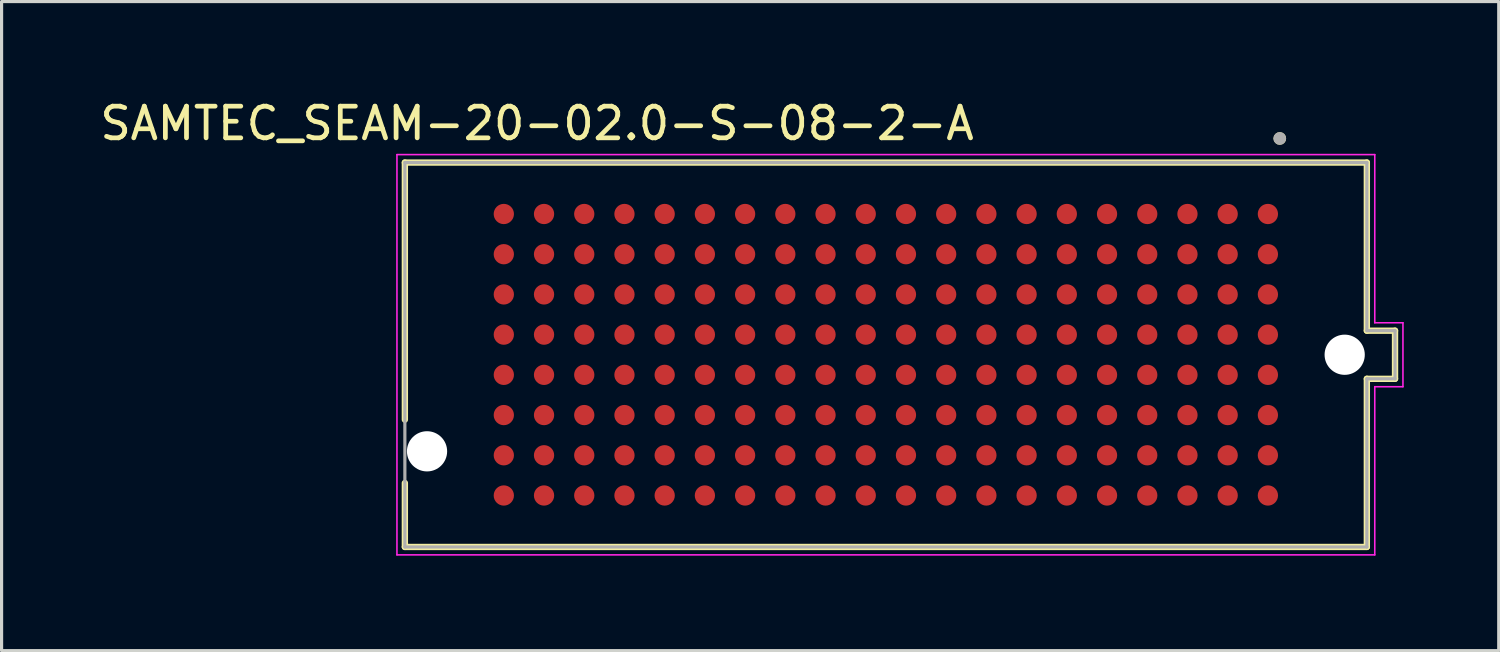
<source format=kicad_pcb>
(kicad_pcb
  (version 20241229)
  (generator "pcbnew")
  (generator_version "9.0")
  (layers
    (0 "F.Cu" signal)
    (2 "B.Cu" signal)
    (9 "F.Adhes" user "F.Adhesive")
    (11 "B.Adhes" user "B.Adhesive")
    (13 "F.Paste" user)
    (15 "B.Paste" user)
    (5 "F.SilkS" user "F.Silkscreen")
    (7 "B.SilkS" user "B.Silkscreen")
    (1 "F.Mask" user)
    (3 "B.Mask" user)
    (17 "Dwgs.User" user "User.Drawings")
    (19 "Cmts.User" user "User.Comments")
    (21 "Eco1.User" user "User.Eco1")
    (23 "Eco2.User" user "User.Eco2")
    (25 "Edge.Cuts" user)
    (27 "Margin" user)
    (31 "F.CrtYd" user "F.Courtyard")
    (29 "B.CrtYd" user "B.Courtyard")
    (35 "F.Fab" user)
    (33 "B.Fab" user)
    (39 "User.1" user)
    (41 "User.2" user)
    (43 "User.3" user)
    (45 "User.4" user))
  (footprint "SAMTEC_SEAM-20-02.0-S-08-2-A"
    (layer "F.Cu")
    (at 24.926 8.153)
    (property "Reference" "SAMTEC_SEAM-20-02.0-S-08-2-A" (at -11.015 -7.305 0) (layer "F.SilkS") (effects (font (size 1 1) (thickness 0.15))))
    (attr smd)
    (fp_line (start -15.19 -6.07) (end 15.19 -6.07) (stroke (width 0.2) (type solid)) (layer "F.SilkS"))
    (fp_line (start -15.19 2.05) (end -15.19 -6.07) (stroke (width 0.2) (type solid)) (layer "F.SilkS"))
    (fp_line (start -15.19 6.07) (end -15.19 4.05) (stroke (width 0.2) (type solid)) (layer "F.SilkS"))
    (fp_line (start 15.19 -6.07) (end 15.19 -0.76) (stroke (width 0.2) (type solid)) (layer "F.SilkS"))
    (fp_line (start 15.19 -0.76) (end 16.08 -0.76) (stroke (width 0.2) (type solid)) (layer "F.SilkS"))
    (fp_line (start 15.19 0.76) (end 15.19 6.07) (stroke (width 0.2) (type solid)) (layer "F.SilkS"))
    (fp_line (start 15.19 0.76) (end 16.08 0.76) (stroke (width 0.2) (type solid)) (layer "F.SilkS"))
    (fp_line (start 15.19 6.07) (end -15.19 6.07) (stroke (width 0.2) (type solid)) (layer "F.SilkS"))
    (fp_line (start 16.08 0.76) (end 16.08 -0.76) (stroke (width 0.2) (type solid)) (layer "F.SilkS"))
    (fp_circle (center 12.44 -6.83) (end 12.54 -6.83) (stroke (width 0.2) (type solid)) (fill no) (layer "F.SilkS"))
    (fp_circle (center -12.065 -4.445) (end -11.842 -4.445) (stroke (width 0.445) (type solid)) (fill no) (layer "F.Paste"))
    (fp_circle (center -12.065 -3.175) (end -11.842 -3.175) (stroke (width 0.445) (type solid)) (fill no) (layer "F.Paste"))
    (fp_circle (center -12.065 -1.905) (end -11.842 -1.905) (stroke (width 0.445) (type solid)) (fill no) (layer "F.Paste"))
    (fp_circle (center -12.065 -0.635) (end -11.842 -0.635) (stroke (width 0.445) (type solid)) (fill no) (layer "F.Paste"))
    (fp_circle (center -12.065 0.635) (end -11.842 0.635) (stroke (width 0.445) (type solid)) (fill no) (layer "F.Paste"))
    (fp_circle (center -12.065 1.905) (end -11.842 1.905) (stroke (width 0.445) (type solid)) (fill no) (layer "F.Paste"))
    (fp_circle (center -12.065 3.175) (end -11.842 3.175) (stroke (width 0.445) (type solid)) (fill no) (layer "F.Paste"))
    (fp_circle (center -12.065 4.445) (end -11.842 4.445) (stroke (width 0.445) (type solid)) (fill no) (layer "F.Paste"))
    (fp_circle (center -10.795 -4.445) (end -10.572 -4.445) (stroke (width 0.445) (type solid)) (fill no) (layer "F.Paste"))
    (fp_circle (center -10.795 -3.175) (end -10.572 -3.175) (stroke (width 0.445) (type solid)) (fill no) (layer "F.Paste"))
    (fp_circle (center -10.795 -1.905) (end -10.572 -1.905) (stroke (width 0.445) (type solid)) (fill no) (layer "F.Paste"))
    (fp_circle (center -10.795 -0.635) (end -10.572 -0.635) (stroke (width 0.445) (type solid)) (fill no) (layer "F.Paste"))
    (fp_circle (center -10.795 0.635) (end -10.572 0.635) (stroke (width 0.445) (type solid)) (fill no) (layer "F.Paste"))
    (fp_circle (center -10.795 1.905) (end -10.572 1.905) (stroke (width 0.445) (type solid)) (fill no) (layer "F.Paste"))
    (fp_circle (center -10.795 3.175) (end -10.572 3.175) (stroke (width 0.445) (type solid)) (fill no) (layer "F.Paste"))
    (fp_circle (center -10.795 4.445) (end -10.572 4.445) (stroke (width 0.445) (type solid)) (fill no) (layer "F.Paste"))
    (fp_circle (center -9.525 -4.445) (end -9.303 -4.445) (stroke (width 0.445) (type solid)) (fill no) (layer "F.Paste"))
    (fp_circle (center -9.525 -3.175) (end -9.303 -3.175) (stroke (width 0.445) (type solid)) (fill no) (layer "F.Paste"))
    (fp_circle (center -9.525 -1.905) (end -9.303 -1.905) (stroke (width 0.445) (type solid)) (fill no) (layer "F.Paste"))
    (fp_circle (center -9.525 -0.635) (end -9.303 -0.635) (stroke (width 0.445) (type solid)) (fill no) (layer "F.Paste"))
    (fp_circle (center -9.525 0.635) (end -9.303 0.635) (stroke (width 0.445) (type solid)) (fill no) (layer "F.Paste"))
    (fp_circle (center -9.525 1.905) (end -9.303 1.905) (stroke (width 0.445) (type solid)) (fill no) (layer "F.Paste"))
    (fp_circle (center -9.525 3.175) (end -9.303 3.175) (stroke (width 0.445) (type solid)) (fill no) (layer "F.Paste"))
    (fp_circle (center -9.525 4.445) (end -9.303 4.445) (stroke (width 0.445) (type solid)) (fill no) (layer "F.Paste"))
    (fp_circle (center -8.255 -4.445) (end -8.033 -4.445) (stroke (width 0.445) (type solid)) (fill no) (layer "F.Paste"))
    (fp_circle (center -8.255 -3.175) (end -8.033 -3.175) (stroke (width 0.445) (type solid)) (fill no) (layer "F.Paste"))
    (fp_circle (center -8.255 -1.905) (end -8.033 -1.905) (stroke (width 0.445) (type solid)) (fill no) (layer "F.Paste"))
    (fp_circle (center -8.255 -0.635) (end -8.033 -0.635) (stroke (width 0.445) (type solid)) (fill no) (layer "F.Paste"))
    (fp_circle (center -8.255 0.635) (end -8.033 0.635) (stroke (width 0.445) (type solid)) (fill no) (layer "F.Paste"))
    (fp_circle (center -8.255 1.905) (end -8.033 1.905) (stroke (width 0.445) (type solid)) (fill no) (layer "F.Paste"))
    (fp_circle (center -8.255 3.175) (end -8.033 3.175) (stroke (width 0.445) (type solid)) (fill no) (layer "F.Paste"))
    (fp_circle (center -8.255 4.445) (end -8.033 4.445) (stroke (width 0.445) (type solid)) (fill no) (layer "F.Paste"))
    (fp_circle (center -6.985 -4.445) (end -6.763 -4.445) (stroke (width 0.445) (type solid)) (fill no) (layer "F.Paste"))
    (fp_circle (center -6.985 -3.175) (end -6.763 -3.175) (stroke (width 0.445) (type solid)) (fill no) (layer "F.Paste"))
    (fp_circle (center -6.985 -1.905) (end -6.763 -1.905) (stroke (width 0.445) (type solid)) (fill no) (layer "F.Paste"))
    (fp_circle (center -6.985 -0.635) (end -6.763 -0.635) (stroke (width 0.445) (type solid)) (fill no) (layer "F.Paste"))
    (fp_circle (center -6.985 0.635) (end -6.763 0.635) (stroke (width 0.445) (type solid)) (fill no) (layer "F.Paste"))
    (fp_circle (center -6.985 1.905) (end -6.763 1.905) (stroke (width 0.445) (type solid)) (fill no) (layer "F.Paste"))
    (fp_circle (center -6.985 3.175) (end -6.763 3.175) (stroke (width 0.445) (type solid)) (fill no) (layer "F.Paste"))
    (fp_circle (center -6.985 4.445) (end -6.763 4.445) (stroke (width 0.445) (type solid)) (fill no) (layer "F.Paste"))
    (fp_circle (center -5.715 -4.445) (end -5.492 -4.445) (stroke (width 0.445) (type solid)) (fill no) (layer "F.Paste"))
    (fp_circle (center -5.715 -3.175) (end -5.492 -3.175) (stroke (width 0.445) (type solid)) (fill no) (layer "F.Paste"))
    (fp_circle (center -5.715 -1.905) (end -5.492 -1.905) (stroke (width 0.445) (type solid)) (fill no) (layer "F.Paste"))
    (fp_circle (center -5.715 -0.635) (end -5.492 -0.635) (stroke (width 0.445) (type solid)) (fill no) (layer "F.Paste"))
    (fp_circle (center -5.715 0.635) (end -5.492 0.635) (stroke (width 0.445) (type solid)) (fill no) (layer "F.Paste"))
    (fp_circle (center -5.715 1.905) (end -5.492 1.905) (stroke (width 0.445) (type solid)) (fill no) (layer "F.Paste"))
    (fp_circle (center -5.715 3.175) (end -5.492 3.175) (stroke (width 0.445) (type solid)) (fill no) (layer "F.Paste"))
    (fp_circle (center -5.715 4.445) (end -5.492 4.445) (stroke (width 0.445) (type solid)) (fill no) (layer "F.Paste"))
    (fp_circle (center -4.445 -4.445) (end -4.223 -4.445) (stroke (width 0.445) (type solid)) (fill no) (layer "F.Paste"))
    (fp_circle (center -4.445 -3.175) (end -4.223 -3.175) (stroke (width 0.445) (type solid)) (fill no) (layer "F.Paste"))
    (fp_circle (center -4.445 -1.905) (end -4.223 -1.905) (stroke (width 0.445) (type solid)) (fill no) (layer "F.Paste"))
    (fp_circle (center -4.445 -0.635) (end -4.223 -0.635) (stroke (width 0.445) (type solid)) (fill no) (layer "F.Paste"))
    (fp_circle (center -4.445 0.635) (end -4.223 0.635) (stroke (width 0.445) (type solid)) (fill no) (layer "F.Paste"))
    (fp_circle (center -4.445 1.905) (end -4.223 1.905) (stroke (width 0.445) (type solid)) (fill no) (layer "F.Paste"))
    (fp_circle (center -4.445 3.175) (end -4.223 3.175) (stroke (width 0.445) (type solid)) (fill no) (layer "F.Paste"))
    (fp_circle (center -4.445 4.445) (end -4.223 4.445) (stroke (width 0.445) (type solid)) (fill no) (layer "F.Paste"))
    (fp_circle (center -3.175 -4.445) (end -2.953 -4.445) (stroke (width 0.445) (type solid)) (fill no) (layer "F.Paste"))
    (fp_circle (center -3.175 -3.175) (end -2.953 -3.175) (stroke (width 0.445) (type solid)) (fill no) (layer "F.Paste"))
    (fp_circle (center -3.175 -1.905) (end -2.953 -1.905) (stroke (width 0.445) (type solid)) (fill no) (layer "F.Paste"))
    (fp_circle (center -3.175 -0.635) (end -2.953 -0.635) (stroke (width 0.445) (type solid)) (fill no) (layer "F.Paste"))
    (fp_circle (center -3.175 0.635) (end -2.953 0.635) (stroke (width 0.445) (type solid)) (fill no) (layer "F.Paste"))
    (fp_circle (center -3.175 1.905) (end -2.953 1.905) (stroke (width 0.445) (type solid)) (fill no) (layer "F.Paste"))
    (fp_circle (center -3.175 3.175) (end -2.953 3.175) (stroke (width 0.445) (type solid)) (fill no) (layer "F.Paste"))
    (fp_circle (center -3.175 4.445) (end -2.953 4.445) (stroke (width 0.445) (type solid)) (fill no) (layer "F.Paste"))
    (fp_circle (center -1.905 -4.445) (end -1.683 -4.445) (stroke (width 0.445) (type solid)) (fill no) (layer "F.Paste"))
    (fp_circle (center -1.905 -3.175) (end -1.683 -3.175) (stroke (width 0.445) (type solid)) (fill no) (layer "F.Paste"))
    (fp_circle (center -1.905 -1.905) (end -1.683 -1.905) (stroke (width 0.445) (type solid)) (fill no) (layer "F.Paste"))
    (fp_circle (center -1.905 -0.635) (end -1.683 -0.635) (stroke (width 0.445) (type solid)) (fill no) (layer "F.Paste"))
    (fp_circle (center -1.905 0.635) (end -1.683 0.635) (stroke (width 0.445) (type solid)) (fill no) (layer "F.Paste"))
    (fp_circle (center -1.905 1.905) (end -1.683 1.905) (stroke (width 0.445) (type solid)) (fill no) (layer "F.Paste"))
    (fp_circle (center -1.905 3.175) (end -1.683 3.175) (stroke (width 0.445) (type solid)) (fill no) (layer "F.Paste"))
    (fp_circle (center -1.905 4.445) (end -1.683 4.445) (stroke (width 0.445) (type solid)) (fill no) (layer "F.Paste"))
    (fp_circle (center -0.635 -4.445) (end -0.412 -4.445) (stroke (width 0.445) (type solid)) (fill no) (layer "F.Paste"))
    (fp_circle (center -0.635 -3.175) (end -0.412 -3.175) (stroke (width 0.445) (type solid)) (fill no) (layer "F.Paste"))
    (fp_circle (center -0.635 -1.905) (end -0.412 -1.905) (stroke (width 0.445) (type solid)) (fill no) (layer "F.Paste"))
    (fp_circle (center -0.635 -0.635) (end -0.412 -0.635) (stroke (width 0.445) (type solid)) (fill no) (layer "F.Paste"))
    (fp_circle (center -0.635 0.635) (end -0.412 0.635) (stroke (width 0.445) (type solid)) (fill no) (layer "F.Paste"))
    (fp_circle (center -0.635 1.905) (end -0.412 1.905) (stroke (width 0.445) (type solid)) (fill no) (layer "F.Paste"))
    (fp_circle (center -0.635 3.175) (end -0.412 3.175) (stroke (width 0.445) (type solid)) (fill no) (layer "F.Paste"))
    (fp_circle (center -0.635 4.445) (end -0.412 4.445) (stroke (width 0.445) (type solid)) (fill no) (layer "F.Paste"))
    (fp_circle (center 0.635 -4.445) (end 0.858 -4.445) (stroke (width 0.445) (type solid)) (fill no) (layer "F.Paste"))
    (fp_circle (center 0.635 -3.175) (end 0.858 -3.175) (stroke (width 0.445) (type solid)) (fill no) (layer "F.Paste"))
    (fp_circle (center 0.635 -1.905) (end 0.858 -1.905) (stroke (width 0.445) (type solid)) (fill no) (layer "F.Paste"))
    (fp_circle (center 0.635 -0.635) (end 0.858 -0.635) (stroke (width 0.445) (type solid)) (fill no) (layer "F.Paste"))
    (fp_circle (center 0.635 0.635) (end 0.858 0.635) (stroke (width 0.445) (type solid)) (fill no) (layer "F.Paste"))
    (fp_circle (center 0.635 1.905) (end 0.858 1.905) (stroke (width 0.445) (type solid)) (fill no) (layer "F.Paste"))
    (fp_circle (center 0.635 3.175) (end 0.858 3.175) (stroke (width 0.445) (type solid)) (fill no) (layer "F.Paste"))
    (fp_circle (center 0.635 4.445) (end 0.858 4.445) (stroke (width 0.445) (type solid)) (fill no) (layer "F.Paste"))
    (fp_circle (center 1.905 -4.445) (end 2.127 -4.445) (stroke (width 0.445) (type solid)) (fill no) (layer "F.Paste"))
    (fp_circle (center 1.905 -3.175) (end 2.127 -3.175) (stroke (width 0.445) (type solid)) (fill no) (layer "F.Paste"))
    (fp_circle (center 1.905 -1.905) (end 2.127 -1.905) (stroke (width 0.445) (type solid)) (fill no) (layer "F.Paste"))
    (fp_circle (center 1.905 -0.635) (end 2.127 -0.635) (stroke (width 0.445) (type solid)) (fill no) (layer "F.Paste"))
    (fp_circle (center 1.905 0.635) (end 2.127 0.635) (stroke (width 0.445) (type solid)) (fill no) (layer "F.Paste"))
    (fp_circle (center 1.905 1.905) (end 2.127 1.905) (stroke (width 0.445) (type solid)) (fill no) (layer "F.Paste"))
    (fp_circle (center 1.905 3.175) (end 2.127 3.175) (stroke (width 0.445) (type solid)) (fill no) (layer "F.Paste"))
    (fp_circle (center 1.905 4.445) (end 2.127 4.445) (stroke (width 0.445) (type solid)) (fill no) (layer "F.Paste"))
    (fp_circle (center 3.175 -4.445) (end 3.397 -4.445) (stroke (width 0.445) (type solid)) (fill no) (layer "F.Paste"))
    (fp_circle (center 3.175 -3.175) (end 3.397 -3.175) (stroke (width 0.445) (type solid)) (fill no) (layer "F.Paste"))
    (fp_circle (center 3.175 -1.905) (end 3.397 -1.905) (stroke (width 0.445) (type solid)) (fill no) (layer "F.Paste"))
    (fp_circle (center 3.175 -0.635) (end 3.397 -0.635) (stroke (width 0.445) (type solid)) (fill no) (layer "F.Paste"))
    (fp_circle (center 3.175 0.635) (end 3.397 0.635) (stroke (width 0.445) (type solid)) (fill no) (layer "F.Paste"))
    (fp_circle (center 3.175 1.905) (end 3.397 1.905) (stroke (width 0.445) (type solid)) (fill no) (layer "F.Paste"))
    (fp_circle (center 3.175 3.175) (end 3.397 3.175) (stroke (width 0.445) (type solid)) (fill no) (layer "F.Paste"))
    (fp_circle (center 3.175 4.445) (end 3.397 4.445) (stroke (width 0.445) (type solid)) (fill no) (layer "F.Paste"))
    (fp_circle (center 4.445 -4.445) (end 4.668 -4.445) (stroke (width 0.445) (type solid)) (fill no) (layer "F.Paste"))
    (fp_circle (center 4.445 -3.175) (end 4.668 -3.175) (stroke (width 0.445) (type solid)) (fill no) (layer "F.Paste"))
    (fp_circle (center 4.445 -1.905) (end 4.668 -1.905) (stroke (width 0.445) (type solid)) (fill no) (layer "F.Paste"))
    (fp_circle (center 4.445 -0.635) (end 4.668 -0.635) (stroke (width 0.445) (type solid)) (fill no) (layer "F.Paste"))
    (fp_circle (center 4.445 0.635) (end 4.668 0.635) (stroke (width 0.445) (type solid)) (fill no) (layer "F.Paste"))
    (fp_circle (center 4.445 1.905) (end 4.668 1.905) (stroke (width 0.445) (type solid)) (fill no) (layer "F.Paste"))
    (fp_circle (center 4.445 3.175) (end 4.668 3.175) (stroke (width 0.445) (type solid)) (fill no) (layer "F.Paste"))
    (fp_circle (center 4.445 4.445) (end 4.668 4.445) (stroke (width 0.445) (type solid)) (fill no) (layer "F.Paste"))
    (fp_circle (center 5.715 -4.445) (end 5.938 -4.445) (stroke (width 0.445) (type solid)) (fill no) (layer "F.Paste"))
    (fp_circle (center 5.715 -3.175) (end 5.938 -3.175) (stroke (width 0.445) (type solid)) (fill no) (layer "F.Paste"))
    (fp_circle (center 5.715 -1.905) (end 5.938 -1.905) (stroke (width 0.445) (type solid)) (fill no) (layer "F.Paste"))
    (fp_circle (center 5.715 -0.635) (end 5.938 -0.635) (stroke (width 0.445) (type solid)) (fill no) (layer "F.Paste"))
    (fp_circle (center 5.715 0.635) (end 5.938 0.635) (stroke (width 0.445) (type solid)) (fill no) (layer "F.Paste"))
    (fp_circle (center 5.715 1.905) (end 5.938 1.905) (stroke (width 0.445) (type solid)) (fill no) (layer "F.Paste"))
    (fp_circle (center 5.715 3.175) (end 5.938 3.175) (stroke (width 0.445) (type solid)) (fill no) (layer "F.Paste"))
    (fp_circle (center 5.715 4.445) (end 5.938 4.445) (stroke (width 0.445) (type solid)) (fill no) (layer "F.Paste"))
    (fp_circle (center 6.985 -4.445) (end 7.207 -4.445) (stroke (width 0.445) (type solid)) (fill no) (layer "F.Paste"))
    (fp_circle (center 6.985 -3.175) (end 7.207 -3.175) (stroke (width 0.445) (type solid)) (fill no) (layer "F.Paste"))
    (fp_circle (center 6.985 -1.905) (end 7.207 -1.905) (stroke (width 0.445) (type solid)) (fill no) (layer "F.Paste"))
    (fp_circle (center 6.985 -0.635) (end 7.207 -0.635) (stroke (width 0.445) (type solid)) (fill no) (layer "F.Paste"))
    (fp_circle (center 6.985 0.635) (end 7.207 0.635) (stroke (width 0.445) (type solid)) (fill no) (layer "F.Paste"))
    (fp_circle (center 6.985 1.905) (end 7.207 1.905) (stroke (width 0.445) (type solid)) (fill no) (layer "F.Paste"))
    (fp_circle (center 6.985 3.175) (end 7.207 3.175) (stroke (width 0.445) (type solid)) (fill no) (layer "F.Paste"))
    (fp_circle (center 6.985 4.445) (end 7.207 4.445) (stroke (width 0.445) (type solid)) (fill no) (layer "F.Paste"))
    (fp_circle (center 8.255 -4.445) (end 8.477 -4.445) (stroke (width 0.445) (type solid)) (fill no) (layer "F.Paste"))
    (fp_circle (center 8.255 -3.175) (end 8.477 -3.175) (stroke (width 0.445) (type solid)) (fill no) (layer "F.Paste"))
    (fp_circle (center 8.255 -1.905) (end 8.477 -1.905) (stroke (width 0.445) (type solid)) (fill no) (layer "F.Paste"))
    (fp_circle (center 8.255 -0.635) (end 8.477 -0.635) (stroke (width 0.445) (type solid)) (fill no) (layer "F.Paste"))
    (fp_circle (center 8.255 0.635) (end 8.477 0.635) (stroke (width 0.445) (type solid)) (fill no) (layer "F.Paste"))
    (fp_circle (center 8.255 1.905) (end 8.477 1.905) (stroke (width 0.445) (type solid)) (fill no) (layer "F.Paste"))
    (fp_circle (center 8.255 3.175) (end 8.477 3.175) (stroke (width 0.445) (type solid)) (fill no) (layer "F.Paste"))
    (fp_circle (center 8.255 4.445) (end 8.477 4.445) (stroke (width 0.445) (type solid)) (fill no) (layer "F.Paste"))
    (fp_circle (center 9.525 -4.445) (end 9.748 -4.445) (stroke (width 0.445) (type solid)) (fill no) (layer "F.Paste"))
    (fp_circle (center 9.525 -3.175) (end 9.748 -3.175) (stroke (width 0.445) (type solid)) (fill no) (layer "F.Paste"))
    (fp_circle (center 9.525 -1.905) (end 9.748 -1.905) (stroke (width 0.445) (type solid)) (fill no) (layer "F.Paste"))
    (fp_circle (center 9.525 -0.635) (end 9.748 -0.635) (stroke (width 0.445) (type solid)) (fill no) (layer "F.Paste"))
    (fp_circle (center 9.525 0.635) (end 9.748 0.635) (stroke (width 0.445) (type solid)) (fill no) (layer "F.Paste"))
    (fp_circle (center 9.525 1.905) (end 9.748 1.905) (stroke (width 0.445) (type solid)) (fill no) (layer "F.Paste"))
    (fp_circle (center 9.525 3.175) (end 9.748 3.175) (stroke (width 0.445) (type solid)) (fill no) (layer "F.Paste"))
    (fp_circle (center 9.525 4.445) (end 9.748 4.445) (stroke (width 0.445) (type solid)) (fill no) (layer "F.Paste"))
    (fp_circle (center 10.795 -4.445) (end 11.018 -4.445) (stroke (width 0.445) (type solid)) (fill no) (layer "F.Paste"))
    (fp_circle (center 10.795 -3.175) (end 11.018 -3.175) (stroke (width 0.445) (type solid)) (fill no) (layer "F.Paste"))
    (fp_circle (center 10.795 -1.905) (end 11.018 -1.905) (stroke (width 0.445) (type solid)) (fill no) (layer "F.Paste"))
    (fp_circle (center 10.795 -0.635) (end 11.018 -0.635) (stroke (width 0.445) (type solid)) (fill no) (layer "F.Paste"))
    (fp_circle (center 10.795 0.635) (end 11.018 0.635) (stroke (width 0.445) (type solid)) (fill no) (layer "F.Paste"))
    (fp_circle (center 10.795 1.905) (end 11.018 1.905) (stroke (width 0.445) (type solid)) (fill no) (layer "F.Paste"))
    (fp_circle (center 10.795 3.175) (end 11.018 3.175) (stroke (width 0.445) (type solid)) (fill no) (layer "F.Paste"))
    (fp_circle (center 10.795 4.445) (end 11.018 4.445) (stroke (width 0.445) (type solid)) (fill no) (layer "F.Paste"))
    (fp_circle (center 12.065 -4.445) (end 12.287 -4.445) (stroke (width 0.445) (type solid)) (fill no) (layer "F.Paste"))
    (fp_circle (center 12.065 -3.175) (end 12.287 -3.175) (stroke (width 0.445) (type solid)) (fill no) (layer "F.Paste"))
    (fp_circle (center 12.065 -1.905) (end 12.287 -1.905) (stroke (width 0.445) (type solid)) (fill no) (layer "F.Paste"))
    (fp_circle (center 12.065 -0.635) (end 12.287 -0.635) (stroke (width 0.445) (type solid)) (fill no) (layer "F.Paste"))
    (fp_circle (center 12.065 0.635) (end 12.287 0.635) (stroke (width 0.445) (type solid)) (fill no) (layer "F.Paste"))
    (fp_circle (center 12.065 1.905) (end 12.287 1.905) (stroke (width 0.445) (type solid)) (fill no) (layer "F.Paste"))
    (fp_circle (center 12.065 3.175) (end 12.287 3.175) (stroke (width 0.445) (type solid)) (fill no) (layer "F.Paste"))
    (fp_circle (center 12.065 4.445) (end 12.287 4.445) (stroke (width 0.445) (type solid)) (fill no) (layer "F.Paste"))
    (fp_line (start -15.44 -6.32) (end 15.44 -6.32) (stroke (width 0.05) (type solid)) (layer "F.CrtYd"))
    (fp_line (start -15.44 6.32) (end -15.44 -6.32) (stroke (width 0.05) (type solid)) (layer "F.CrtYd"))
    (fp_line (start 15.44 -6.32) (end 15.44 -1.01) (stroke (width 0.05) (type solid)) (layer "F.CrtYd"))
    (fp_line (start 15.44 -1.01) (end 16.33 -1.01) (stroke (width 0.05) (type solid)) (layer "F.CrtYd"))
    (fp_line (start 15.44 1.01) (end 15.44 6.32) (stroke (width 0.05) (type solid)) (layer "F.CrtYd"))
    (fp_line (start 15.44 1.01) (end 16.33 1.01) (stroke (width 0.05) (type solid)) (layer "F.CrtYd"))
    (fp_line (start 15.44 6.32) (end -15.44 6.32) (stroke (width 0.05) (type solid)) (layer "F.CrtYd"))
    (fp_line (start 16.33 1.01) (end 16.33 -1.01) (stroke (width 0.05) (type solid)) (layer "F.CrtYd"))
    (fp_line (start -15.19 -6.07) (end 15.19 -6.07) (stroke (width 0.1) (type solid)) (layer "F.Fab"))
    (fp_line (start -15.19 6.07) (end -15.19 -6.07) (stroke (width 0.1) (type solid)) (layer "F.Fab"))
    (fp_line (start 15.19 -6.07) (end 15.19 -0.76) (stroke (width 0.1) (type solid)) (layer "F.Fab"))
    (fp_line (start 15.19 -0.76) (end 16.08 -0.76) (stroke (width 0.1) (type solid)) (layer "F.Fab"))
    (fp_line (start 15.19 0.76) (end 15.19 6.07) (stroke (width 0.1) (type solid)) (layer "F.Fab"))
    (fp_line (start 15.19 0.76) (end 16.08 0.76) (stroke (width 0.1) (type solid)) (layer "F.Fab"))
    (fp_line (start 15.19 6.07) (end -15.19 6.07) (stroke (width 0.1) (type solid)) (layer "F.Fab"))
    (fp_line (start 16.08 0.76) (end 16.08 -0.76) (stroke (width 0.1) (type solid)) (layer "F.Fab"))
    (fp_circle (center 12.44 -6.83) (end 12.54 -6.83) (stroke (width 0.2) (type solid)) (fill no) (layer "F.Fab"))
    (pad "" np_thru_hole circle (at -14.49 3.05) (size 1.27 1.27) (drill 1.27) (layers "*.Cu" "*.Mask"))
    (pad "" np_thru_hole circle (at 14.49 0) (size 1.27 1.27) (drill 1.27) (layers "*.Cu" "*.Mask"))
    (pad "A1" smd circle (at 12.065 -4.445) (size 0.64 0.64) (layers "F.Cu" "F.Mask"))
    (pad "A2" smd circle (at 10.795 -4.445) (size 0.64 0.64) (layers "F.Cu" "F.Mask"))
    (pad "A3" smd circle (at 9.525 -4.445) (size 0.64 0.64) (layers "F.Cu" "F.Mask"))
    (pad "A4" smd circle (at 8.255 -4.445) (size 0.64 0.64) (layers "F.Cu" "F.Mask"))
    (pad "A5" smd circle (at 6.985 -4.445) (size 0.64 0.64) (layers "F.Cu" "F.Mask"))
    (pad "A6" smd circle (at 5.715 -4.445) (size 0.64 0.64) (layers "F.Cu" "F.Mask"))
    (pad "A7" smd circle (at 4.445 -4.445) (size 0.64 0.64) (layers "F.Cu" "F.Mask"))
    (pad "A8" smd circle (at 3.175 -4.445) (size 0.64 0.64) (layers "F.Cu" "F.Mask"))
    (pad "A9" smd circle (at 1.905 -4.445) (size 0.64 0.64) (layers "F.Cu" "F.Mask"))
    (pad "A10" smd circle (at 0.635 -4.445) (size 0.64 0.64) (layers "F.Cu" "F.Mask"))
    (pad "A11" smd circle (at -0.635 -4.445) (size 0.64 0.64) (layers "F.Cu" "F.Mask"))
    (pad "A12" smd circle (at -1.905 -4.445) (size 0.64 0.64) (layers "F.Cu" "F.Mask"))
    (pad "A13" smd circle (at -3.175 -4.445) (size 0.64 0.64) (layers "F.Cu" "F.Mask"))
    (pad "A14" smd circle (at -4.445 -4.445) (size 0.64 0.64) (layers "F.Cu" "F.Mask"))
    (pad "A15" smd circle (at -5.715 -4.445) (size 0.64 0.64) (layers "F.Cu" "F.Mask"))
    (pad "A16" smd circle (at -6.985 -4.445) (size 0.64 0.64) (layers "F.Cu" "F.Mask"))
    (pad "A17" smd circle (at -8.255 -4.445) (size 0.64 0.64) (layers "F.Cu" "F.Mask"))
    (pad "A18" smd circle (at -9.525 -4.445) (size 0.64 0.64) (layers "F.Cu" "F.Mask"))
    (pad "A19" smd circle (at -10.795 -4.445) (size 0.64 0.64) (layers "F.Cu" "F.Mask"))
    (pad "A20" smd circle (at -12.065 -4.445) (size 0.64 0.64) (layers "F.Cu" "F.Mask"))
    (pad "B1" smd circle (at 12.065 -3.175) (size 0.64 0.64) (layers "F.Cu" "F.Mask"))
    (pad "B2" smd circle (at 10.795 -3.175) (size 0.64 0.64) (layers "F.Cu" "F.Mask"))
    (pad "B3" smd circle (at 9.525 -3.175) (size 0.64 0.64) (layers "F.Cu" "F.Mask"))
    (pad "B4" smd circle (at 8.255 -3.175) (size 0.64 0.64) (layers "F.Cu" "F.Mask"))
    (pad "B5" smd circle (at 6.985 -3.175) (size 0.64 0.64) (layers "F.Cu" "F.Mask"))
    (pad "B6" smd circle (at 5.715 -3.175) (size 0.64 0.64) (layers "F.Cu" "F.Mask"))
    (pad "B7" smd circle (at 4.445 -3.175) (size 0.64 0.64) (layers "F.Cu" "F.Mask"))
    (pad "B8" smd circle (at 3.175 -3.175) (size 0.64 0.64) (layers "F.Cu" "F.Mask"))
    (pad "B9" smd circle (at 1.905 -3.175) (size 0.64 0.64) (layers "F.Cu" "F.Mask"))
    (pad "B10" smd circle (at 0.635 -3.175) (size 0.64 0.64) (layers "F.Cu" "F.Mask"))
    (pad "B11" smd circle (at -0.635 -3.175) (size 0.64 0.64) (layers "F.Cu" "F.Mask"))
    (pad "B12" smd circle (at -1.905 -3.175) (size 0.64 0.64) (layers "F.Cu" "F.Mask"))
    (pad "B13" smd circle (at -3.175 -3.175) (size 0.64 0.64) (layers "F.Cu" "F.Mask"))
    (pad "B14" smd circle (at -4.445 -3.175) (size 0.64 0.64) (layers "F.Cu" "F.Mask"))
    (pad "B15" smd circle (at -5.715 -3.175) (size 0.64 0.64) (layers "F.Cu" "F.Mask"))
    (pad "B16" smd circle (at -6.985 -3.175) (size 0.64 0.64) (layers "F.Cu" "F.Mask"))
    (pad "B17" smd circle (at -8.255 -3.175) (size 0.64 0.64) (layers "F.Cu" "F.Mask"))
    (pad "B18" smd circle (at -9.525 -3.175) (size 0.64 0.64) (layers "F.Cu" "F.Mask"))
    (pad "B19" smd circle (at -10.795 -3.175) (size 0.64 0.64) (layers "F.Cu" "F.Mask"))
    (pad "B20" smd circle (at -12.065 -3.175) (size 0.64 0.64) (layers "F.Cu" "F.Mask"))
    (pad "C1" smd circle (at 12.065 -1.905) (size 0.64 0.64) (layers "F.Cu" "F.Mask"))
    (pad "C2" smd circle (at 10.795 -1.905) (size 0.64 0.64) (layers "F.Cu" "F.Mask"))
    (pad "C3" smd circle (at 9.525 -1.905) (size 0.64 0.64) (layers "F.Cu" "F.Mask"))
    (pad "C4" smd circle (at 8.255 -1.905) (size 0.64 0.64) (layers "F.Cu" "F.Mask"))
    (pad "C5" smd circle (at 6.985 -1.905) (size 0.64 0.64) (layers "F.Cu" "F.Mask"))
    (pad "C6" smd circle (at 5.715 -1.905) (size 0.64 0.64) (layers "F.Cu" "F.Mask"))
    (pad "C7" smd circle (at 4.445 -1.905) (size 0.64 0.64) (layers "F.Cu" "F.Mask"))
    (pad "C8" smd circle (at 3.175 -1.905) (size 0.64 0.64) (layers "F.Cu" "F.Mask"))
    (pad "C9" smd circle (at 1.905 -1.905) (size 0.64 0.64) (layers "F.Cu" "F.Mask"))
    (pad "C10" smd circle (at 0.635 -1.905) (size 0.64 0.64) (layers "F.Cu" "F.Mask"))
    (pad "C11" smd circle (at -0.635 -1.905) (size 0.64 0.64) (layers "F.Cu" "F.Mask"))
    (pad "C12" smd circle (at -1.905 -1.905) (size 0.64 0.64) (layers "F.Cu" "F.Mask"))
    (pad "C13" smd circle (at -3.175 -1.905) (size 0.64 0.64) (layers "F.Cu" "F.Mask"))
    (pad "C14" smd circle (at -4.445 -1.905) (size 0.64 0.64) (layers "F.Cu" "F.Mask"))
    (pad "C15" smd circle (at -5.715 -1.905) (size 0.64 0.64) (layers "F.Cu" "F.Mask"))
    (pad "C16" smd circle (at -6.985 -1.905) (size 0.64 0.64) (layers "F.Cu" "F.Mask"))
    (pad "C17" smd circle (at -8.255 -1.905) (size 0.64 0.64) (layers "F.Cu" "F.Mask"))
    (pad "C18" smd circle (at -9.525 -1.905) (size 0.64 0.64) (layers "F.Cu" "F.Mask"))
    (pad "C19" smd circle (at -10.795 -1.905) (size 0.64 0.64) (layers "F.Cu" "F.Mask"))
    (pad "C20" smd circle (at -12.065 -1.905) (size 0.64 0.64) (layers "F.Cu" "F.Mask"))
    (pad "D1" smd circle (at 12.065 -0.635) (size 0.64 0.64) (layers "F.Cu" "F.Mask"))
    (pad "D2" smd circle (at 10.795 -0.635) (size 0.64 0.64) (layers "F.Cu" "F.Mask"))
    (pad "D3" smd circle (at 9.525 -0.635) (size 0.64 0.64) (layers "F.Cu" "F.Mask"))
    (pad "D4" smd circle (at 8.255 -0.635) (size 0.64 0.64) (layers "F.Cu" "F.Mask"))
    (pad "D5" smd circle (at 6.985 -0.635) (size 0.64 0.64) (layers "F.Cu" "F.Mask"))
    (pad "D6" smd circle (at 5.715 -0.635) (size 0.64 0.64) (layers "F.Cu" "F.Mask"))
    (pad "D7" smd circle (at 4.445 -0.635) (size 0.64 0.64) (layers "F.Cu" "F.Mask"))
    (pad "D8" smd circle (at 3.175 -0.635) (size 0.64 0.64) (layers "F.Cu" "F.Mask"))
    (pad "D9" smd circle (at 1.905 -0.635) (size 0.64 0.64) (layers "F.Cu" "F.Mask"))
    (pad "D10" smd circle (at 0.635 -0.635) (size 0.64 0.64) (layers "F.Cu" "F.Mask"))
    (pad "D11" smd circle (at -0.635 -0.635) (size 0.64 0.64) (layers "F.Cu" "F.Mask"))
    (pad "D12" smd circle (at -1.905 -0.635) (size 0.64 0.64) (layers "F.Cu" "F.Mask"))
    (pad "D13" smd circle (at -3.175 -0.635) (size 0.64 0.64) (layers "F.Cu" "F.Mask"))
    (pad "D14" smd circle (at -4.445 -0.635) (size 0.64 0.64) (layers "F.Cu" "F.Mask"))
    (pad "D15" smd circle (at -5.715 -0.635) (size 0.64 0.64) (layers "F.Cu" "F.Mask"))
    (pad "D16" smd circle (at -6.985 -0.635) (size 0.64 0.64) (layers "F.Cu" "F.Mask"))
    (pad "D17" smd circle (at -8.255 -0.635) (size 0.64 0.64) (layers "F.Cu" "F.Mask"))
    (pad "D18" smd circle (at -9.525 -0.635) (size 0.64 0.64) (layers "F.Cu" "F.Mask"))
    (pad "D19" smd circle (at -10.795 -0.635) (size 0.64 0.64) (layers "F.Cu" "F.Mask"))
    (pad "D20" smd circle (at -12.065 -0.635) (size 0.64 0.64) (layers "F.Cu" "F.Mask"))
    (pad "E1" smd circle (at 12.065 0.635) (size 0.64 0.64) (layers "F.Cu" "F.Mask"))
    (pad "E2" smd circle (at 10.795 0.635) (size 0.64 0.64) (layers "F.Cu" "F.Mask"))
    (pad "E3" smd circle (at 9.525 0.635) (size 0.64 0.64) (layers "F.Cu" "F.Mask"))
    (pad "E4" smd circle (at 8.255 0.635) (size 0.64 0.64) (layers "F.Cu" "F.Mask"))
    (pad "E5" smd circle (at 6.985 0.635) (size 0.64 0.64) (layers "F.Cu" "F.Mask"))
    (pad "E6" smd circle (at 5.715 0.635) (size 0.64 0.64) (layers "F.Cu" "F.Mask"))
    (pad "E7" smd circle (at 4.445 0.635) (size 0.64 0.64) (layers "F.Cu" "F.Mask"))
    (pad "E8" smd circle (at 3.175 0.635) (size 0.64 0.64) (layers "F.Cu" "F.Mask"))
    (pad "E9" smd circle (at 1.905 0.635) (size 0.64 0.64) (layers "F.Cu" "F.Mask"))
    (pad "E10" smd circle (at 0.635 0.635) (size 0.64 0.64) (layers "F.Cu" "F.Mask"))
    (pad "E11" smd circle (at -0.635 0.635) (size 0.64 0.64) (layers "F.Cu" "F.Mask"))
    (pad "E12" smd circle (at -1.905 0.635) (size 0.64 0.64) (layers "F.Cu" "F.Mask"))
    (pad "E13" smd circle (at -3.175 0.635) (size 0.64 0.64) (layers "F.Cu" "F.Mask"))
    (pad "E14" smd circle (at -4.445 0.635) (size 0.64 0.64) (layers "F.Cu" "F.Mask"))
    (pad "E15" smd circle (at -5.715 0.635) (size 0.64 0.64) (layers "F.Cu" "F.Mask"))
    (pad "E16" smd circle (at -6.985 0.635) (size 0.64 0.64) (layers "F.Cu" "F.Mask"))
    (pad "E17" smd circle (at -8.255 0.635) (size 0.64 0.64) (layers "F.Cu" "F.Mask"))
    (pad "E18" smd circle (at -9.525 0.635) (size 0.64 0.64) (layers "F.Cu" "F.Mask"))
    (pad "E19" smd circle (at -10.795 0.635) (size 0.64 0.64) (layers "F.Cu" "F.Mask"))
    (pad "E20" smd circle (at -12.065 0.635) (size 0.64 0.64) (layers "F.Cu" "F.Mask"))
    (pad "F1" smd circle (at 12.065 1.905) (size 0.64 0.64) (layers "F.Cu" "F.Mask"))
    (pad "F2" smd circle (at 10.795 1.905) (size 0.64 0.64) (layers "F.Cu" "F.Mask"))
    (pad "F3" smd circle (at 9.525 1.905) (size 0.64 0.64) (layers "F.Cu" "F.Mask"))
    (pad "F4" smd circle (at 8.255 1.905) (size 0.64 0.64) (layers "F.Cu" "F.Mask"))
    (pad "F5" smd circle (at 6.985 1.905) (size 0.64 0.64) (layers "F.Cu" "F.Mask"))
    (pad "F6" smd circle (at 5.715 1.905) (size 0.64 0.64) (layers "F.Cu" "F.Mask"))
    (pad "F7" smd circle (at 4.445 1.905) (size 0.64 0.64) (layers "F.Cu" "F.Mask"))
    (pad "F8" smd circle (at 3.175 1.905) (size 0.64 0.64) (layers "F.Cu" "F.Mask"))
    (pad "F9" smd circle (at 1.905 1.905) (size 0.64 0.64) (layers "F.Cu" "F.Mask"))
    (pad "F10" smd circle (at 0.635 1.905) (size 0.64 0.64) (layers "F.Cu" "F.Mask"))
    (pad "F11" smd circle (at -0.635 1.905) (size 0.64 0.64) (layers "F.Cu" "F.Mask"))
    (pad "F12" smd circle (at -1.905 1.905) (size 0.64 0.64) (layers "F.Cu" "F.Mask"))
    (pad "F13" smd circle (at -3.175 1.905) (size 0.64 0.64) (layers "F.Cu" "F.Mask"))
    (pad "F14" smd circle (at -4.445 1.905) (size 0.64 0.64) (layers "F.Cu" "F.Mask"))
    (pad "F15" smd circle (at -5.715 1.905) (size 0.64 0.64) (layers "F.Cu" "F.Mask"))
    (pad "F16" smd circle (at -6.985 1.905) (size 0.64 0.64) (layers "F.Cu" "F.Mask"))
    (pad "F17" smd circle (at -8.255 1.905) (size 0.64 0.64) (layers "F.Cu" "F.Mask"))
    (pad "F18" smd circle (at -9.525 1.905) (size 0.64 0.64) (layers "F.Cu" "F.Mask"))
    (pad "F19" smd circle (at -10.795 1.905) (size 0.64 0.64) (layers "F.Cu" "F.Mask"))
    (pad "F20" smd circle (at -12.065 1.905) (size 0.64 0.64) (layers "F.Cu" "F.Mask"))
    (pad "G1" smd circle (at 12.065 3.175) (size 0.64 0.64) (layers "F.Cu" "F.Mask"))
    (pad "G2" smd circle (at 10.795 3.175) (size 0.64 0.64) (layers "F.Cu" "F.Mask"))
    (pad "G3" smd circle (at 9.525 3.175) (size 0.64 0.64) (layers "F.Cu" "F.Mask"))
    (pad "G4" smd circle (at 8.255 3.175) (size 0.64 0.64) (layers "F.Cu" "F.Mask"))
    (pad "G5" smd circle (at 6.985 3.175) (size 0.64 0.64) (layers "F.Cu" "F.Mask"))
    (pad "G6" smd circle (at 5.715 3.175) (size 0.64 0.64) (layers "F.Cu" "F.Mask"))
    (pad "G7" smd circle (at 4.445 3.175) (size 0.64 0.64) (layers "F.Cu" "F.Mask"))
    (pad "G8" smd circle (at 3.175 3.175) (size 0.64 0.64) (layers "F.Cu" "F.Mask"))
    (pad "G9" smd circle (at 1.905 3.175) (size 0.64 0.64) (layers "F.Cu" "F.Mask"))
    (pad "G10" smd circle (at 0.635 3.175) (size 0.64 0.64) (layers "F.Cu" "F.Mask"))
    (pad "G11" smd circle (at -0.635 3.175) (size 0.64 0.64) (layers "F.Cu" "F.Mask"))
    (pad "G12" smd circle (at -1.905 3.175) (size 0.64 0.64) (layers "F.Cu" "F.Mask"))
    (pad "G13" smd circle (at -3.175 3.175) (size 0.64 0.64) (layers "F.Cu" "F.Mask"))
    (pad "G14" smd circle (at -4.445 3.175) (size 0.64 0.64) (layers "F.Cu" "F.Mask"))
    (pad "G15" smd circle (at -5.715 3.175) (size 0.64 0.64) (layers "F.Cu" "F.Mask"))
    (pad "G16" smd circle (at -6.985 3.175) (size 0.64 0.64) (layers "F.Cu" "F.Mask"))
    (pad "G17" smd circle (at -8.255 3.175) (size 0.64 0.64) (layers "F.Cu" "F.Mask"))
    (pad "G18" smd circle (at -9.525 3.175) (size 0.64 0.64) (layers "F.Cu" "F.Mask"))
    (pad "G19" smd circle (at -10.795 3.175) (size 0.64 0.64) (layers "F.Cu" "F.Mask"))
    (pad "G20" smd circle (at -12.065 3.175) (size 0.64 0.64) (layers "F.Cu" "F.Mask"))
    (pad "H1" smd circle (at 12.065 4.445) (size 0.64 0.64) (layers "F.Cu" "F.Mask"))
    (pad "H2" smd circle (at 10.795 4.445) (size 0.64 0.64) (layers "F.Cu" "F.Mask"))
    (pad "H3" smd circle (at 9.525 4.445) (size 0.64 0.64) (layers "F.Cu" "F.Mask"))
    (pad "H4" smd circle (at 8.255 4.445) (size 0.64 0.64) (layers "F.Cu" "F.Mask"))
    (pad "H5" smd circle (at 6.985 4.445) (size 0.64 0.64) (layers "F.Cu" "F.Mask"))
    (pad "H6" smd circle (at 5.715 4.445) (size 0.64 0.64) (layers "F.Cu" "F.Mask"))
    (pad "H7" smd circle (at 4.445 4.445) (size 0.64 0.64) (layers "F.Cu" "F.Mask"))
    (pad "H8" smd circle (at 3.175 4.445) (size 0.64 0.64) (layers "F.Cu" "F.Mask"))
    (pad "H9" smd circle (at 1.905 4.445) (size 0.64 0.64) (layers "F.Cu" "F.Mask"))
    (pad "H10" smd circle (at 0.635 4.445) (size 0.64 0.64) (layers "F.Cu" "F.Mask"))
    (pad "H11" smd circle (at -0.635 4.445) (size 0.64 0.64) (layers "F.Cu" "F.Mask"))
    (pad "H12" smd circle (at -1.905 4.445) (size 0.64 0.64) (layers "F.Cu" "F.Mask"))
    (pad "H13" smd circle (at -3.175 4.445) (size 0.64 0.64) (layers "F.Cu" "F.Mask"))
    (pad "H14" smd circle (at -4.445 4.445) (size 0.64 0.64) (layers "F.Cu" "F.Mask"))
    (pad "H15" smd circle (at -5.715 4.445) (size 0.64 0.64) (layers "F.Cu" "F.Mask"))
    (pad "H16" smd circle (at -6.985 4.445) (size 0.64 0.64) (layers "F.Cu" "F.Mask"))
    (pad "H17" smd circle (at -8.255 4.445) (size 0.64 0.64) (layers "F.Cu" "F.Mask"))
    (pad "H18" smd circle (at -9.525 4.445) (size 0.64 0.64) (layers "F.Cu" "F.Mask"))
    (pad "H19" smd circle (at -10.795 4.445) (size 0.64 0.64) (layers "F.Cu" "F.Mask"))
    (pad "H20" smd circle (at -12.065 4.445) (size 0.64 0.64) (layers "F.Cu" "F.Mask")))
  (gr_rect
    (start -3 -3)
    (end 44.281 17.498)
    (stroke (width 0.1) (type default))
    (fill no)
    (layer "Edge.Cuts")))
</source>
